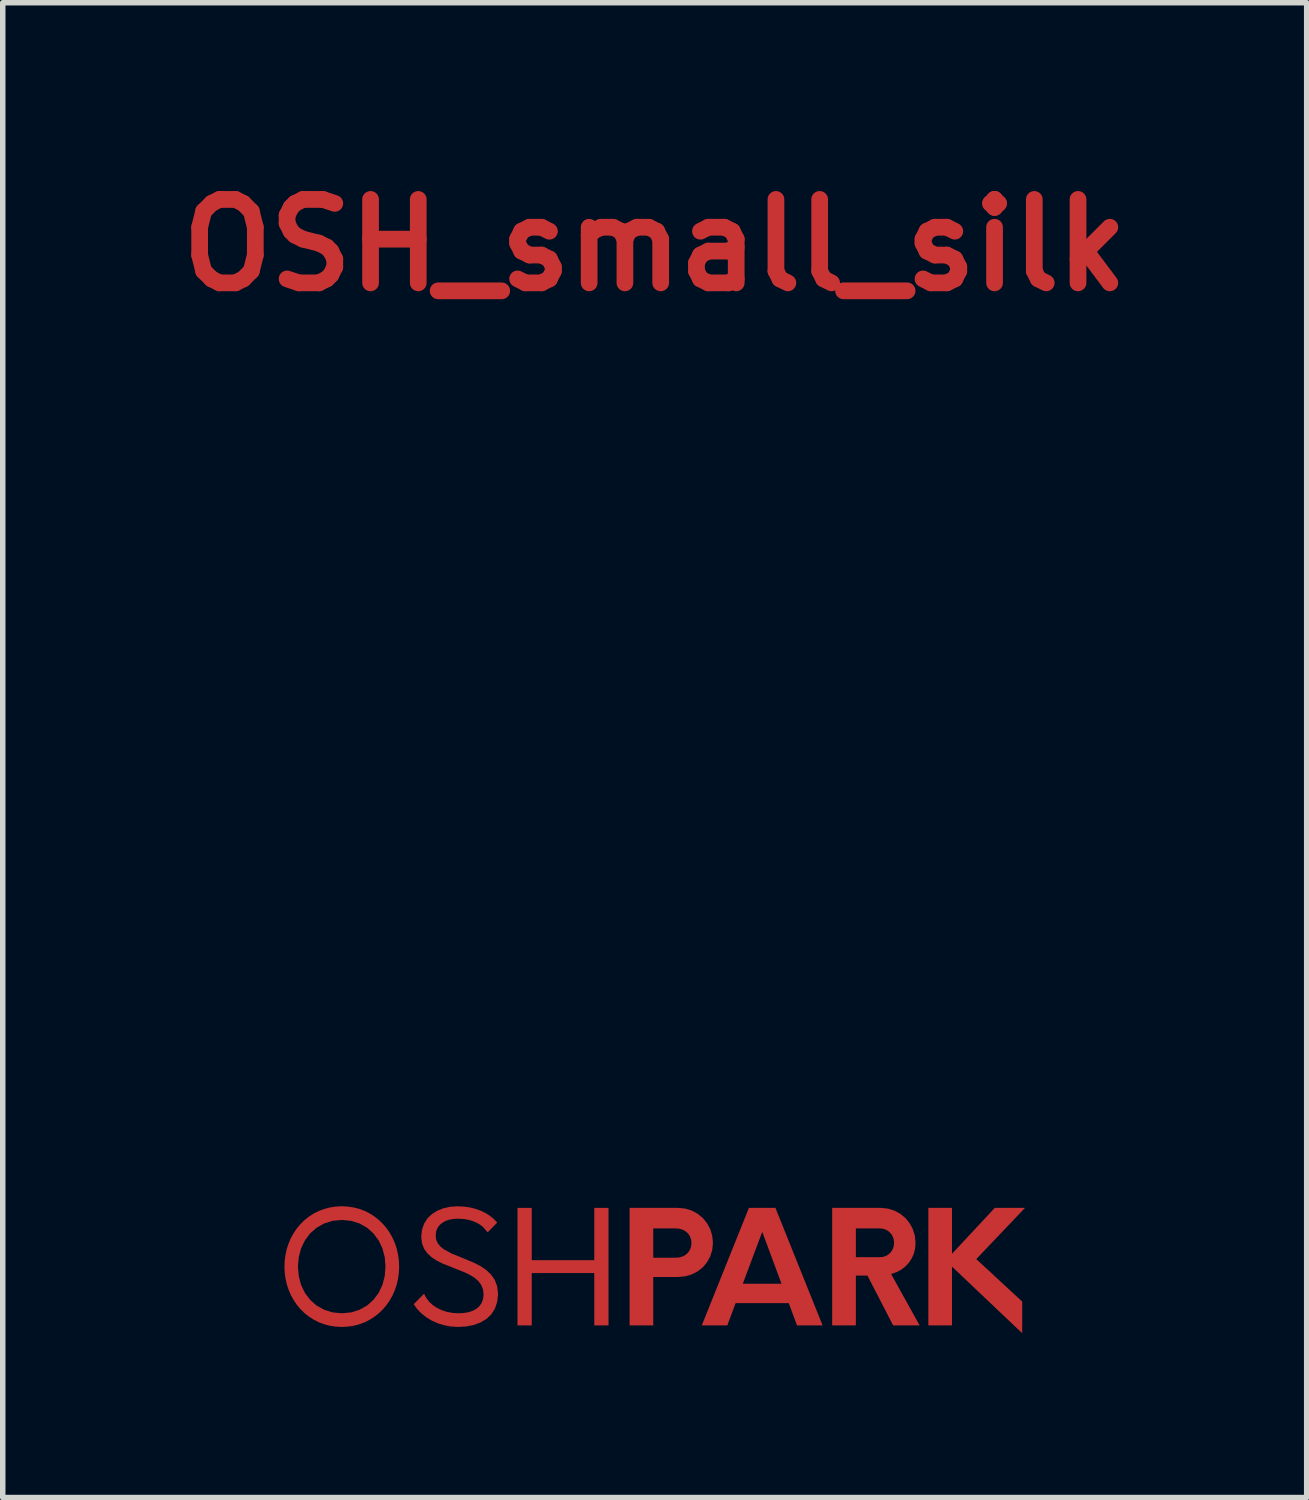
<source format=kicad_pcb>
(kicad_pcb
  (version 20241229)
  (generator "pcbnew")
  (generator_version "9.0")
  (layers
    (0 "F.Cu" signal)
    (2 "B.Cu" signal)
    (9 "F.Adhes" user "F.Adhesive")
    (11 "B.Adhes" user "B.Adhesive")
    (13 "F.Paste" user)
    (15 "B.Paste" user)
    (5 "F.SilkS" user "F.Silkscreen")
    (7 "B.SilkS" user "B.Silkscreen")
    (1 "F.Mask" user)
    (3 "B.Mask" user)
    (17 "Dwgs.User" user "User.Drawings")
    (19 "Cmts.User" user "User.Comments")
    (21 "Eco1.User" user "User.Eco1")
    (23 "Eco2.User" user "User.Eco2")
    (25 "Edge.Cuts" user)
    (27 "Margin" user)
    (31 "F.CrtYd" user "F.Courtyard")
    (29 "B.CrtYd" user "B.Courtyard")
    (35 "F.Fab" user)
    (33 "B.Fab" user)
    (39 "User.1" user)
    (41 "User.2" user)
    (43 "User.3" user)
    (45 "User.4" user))
  (footprint "OSH_small_silk"
    (layer "F.Cu")
    (at 8.905 12.884)
    (property "Reference" "OSH_small_silk" (at 0 -11.458 0) (layer "F.Cu") (effects (font (size 1.524 1.524) (thickness 0.305))))
    (attr smd)
    (fp_poly (pts (xy 6.761 6.121) (xy 6.209 6.121) (xy 5.428 6.959) (xy 5.428 6.121) (xy 4.996 6.121) (xy 4.996 8.267) (xy 5.428 8.267) (xy 5.428 7.194) (xy 6.71 8.41) (xy 6.71 7.832) (xy 5.871 7.056) (xy 6.761 6.121)) (stroke (width 0) (type solid)) (fill yes) (layer "F.Cu"))
    (fp_poly (pts (xy -1.104 6.121) (xy -1.104 7.076) (xy -2.246 7.076) (xy -2.246 6.121) (xy -2.506 6.121) (xy -2.506 8.267) (xy -2.246 8.267) (xy -2.246 7.311) (xy -1.104 7.311) (xy -1.104 8.267) (xy -0.844 8.267) (xy -0.844 6.121) (xy -1.104 6.121)) (stroke (width 0) (type solid)) (fill yes) (layer "F.Cu"))
    (fp_poly (pts (xy 2.598 8.267) (xy 1.963 6.558) (xy 2.315 7.506) (xy 1.608 7.506) (xy 1.963 6.558) (xy 2.598 8.267) (xy 3.065 8.267) (xy 2.204 6.121) (xy 1.72 6.121) (xy 0.859 8.267) (xy 1.325 8.267) (xy 1.477 7.86) (xy 2.447 7.86) (xy 2.598 8.267)) (stroke (width 0) (type solid)) (fill yes) (layer "F.Cu"))
    (fp_poly (pts (xy 0.428 6.121) (xy -0.027 6.496) (xy 0.388 6.496) (xy 0.445 6.501) (xy 0.499 6.515) (xy 0.547 6.538) (xy 0.589 6.57) (xy 0.623 6.608) (xy 0.649 6.654) (xy 0.665 6.705) (xy 0.671 6.762) (xy 0.665 6.82) (xy 0.649 6.873) (xy 0.623 6.919) (xy 0.589 6.957) (xy 0.547 6.989) (xy 0.499 7.012) (xy 0.445 7.026) (xy 0.388 7.031) (xy 0.388 7.031) (xy -0.027 7.031) (xy -0.027 6.496) (xy 0.428 6.121) (xy -0.459 6.121) (xy -0.459 8.267) (xy -0.027 8.267) (xy -0.027 7.383) (xy 0.428 7.383) (xy 0.558 7.37) (xy 0.678 7.335) (xy 0.786 7.279) (xy 0.88 7.204) (xy 0.956 7.112) (xy 1.014 7.006) (xy 1.05 6.888) (xy 1.063 6.759) (xy 1.05 6.63) (xy 1.014 6.511) (xy 0.956 6.402) (xy 0.88 6.308) (xy 0.786 6.23) (xy 0.678 6.171) (xy 0.558 6.134) (xy 0.428 6.121) (xy 0.428 6.121)) (stroke (width 0) (type solid)) (fill yes) (layer "F.Cu"))
    (fp_poly (pts (xy 4.317 7.328) (xy 4.11 7.022) (xy 3.672 7.022) (xy 3.672 6.496) (xy 4.11 6.496) (xy 4.163 6.501) (xy 4.212 6.516) (xy 4.257 6.54) (xy 4.295 6.571) (xy 4.327 6.61) (xy 4.35 6.655) (xy 4.365 6.705) (xy 4.37 6.759) (xy 4.365 6.813) (xy 4.351 6.863) (xy 4.327 6.907) (xy 4.296 6.946) (xy 4.258 6.978) (xy 4.214 7.002) (xy 4.164 7.017) (xy 4.11 7.022) (xy 4.11 7.022) (xy 4.317 7.328) (xy 4.41 7.297) (xy 4.496 7.252) (xy 4.572 7.195) (xy 4.637 7.127) (xy 4.69 7.048) (xy 4.73 6.961) (xy 4.754 6.865) (xy 4.762 6.762) (xy 4.75 6.632) (xy 4.713 6.511) (xy 4.655 6.402) (xy 4.578 6.307) (xy 4.484 6.229) (xy 4.376 6.171) (xy 4.256 6.134) (xy 4.127 6.121) (xy 3.24 6.121) (xy 3.24 8.267) (xy 3.672 8.267) (xy 3.672 7.357) (xy 3.884 7.357) (xy 4.353 8.267) (xy 4.837 8.267) (xy 4.316 7.328) (xy 4.317 7.328)) (stroke (width 0) (type solid)) (fill yes) (layer "F.Cu"))
    (fp_poly (pts (xy -3.591 8.295) (xy -3.442 8.286) (xy -3.304 8.259) (xy -3.18 8.213) (xy -3.072 8.148) (xy -2.984 8.064) (xy -2.918 7.96) (xy -2.876 7.836) (xy -2.861 7.692) (xy -2.877 7.552) (xy -2.921 7.435) (xy -2.99 7.337) (xy -3.078 7.254) (xy -3.18 7.185) (xy -3.292 7.127) (xy -3.528 7.028) (xy -3.707 6.956) (xy -3.857 6.873) (xy -3.916 6.824) (xy -3.961 6.768) (xy -3.99 6.704) (xy -4 6.63) (xy -3.992 6.555) (xy -3.968 6.491) (xy -3.93 6.437) (xy -3.88 6.394) (xy -3.82 6.36) (xy -3.752 6.337) (xy -3.677 6.323) (xy -3.597 6.318) (xy -3.501 6.323) (xy -3.413 6.336) (xy -3.333 6.358) (xy -3.26 6.388) (xy -3.196 6.424) (xy -3.139 6.466) (xy -3.05 6.567) (xy -2.876 6.389) (xy -2.935 6.327) (xy -3.003 6.271) (xy -3.081 6.22) (xy -3.169 6.176) (xy -3.265 6.141) (xy -3.369 6.114) (xy -3.482 6.098) (xy -3.603 6.092) (xy -3.735 6.101) (xy -3.858 6.128) (xy -3.97 6.172) (xy -4.069 6.234) (xy -4.15 6.313) (xy -4.211 6.409) (xy -4.25 6.521) (xy -4.264 6.649) (xy -4.25 6.769) (xy -4.21 6.87) (xy -4.149 6.954) (xy -4.071 7.025) (xy -3.978 7.085) (xy -3.875 7.137) (xy -3.654 7.225) (xy -3.457 7.304) (xy -3.367 7.349) (xy -3.287 7.4) (xy -3.22 7.459) (xy -3.168 7.528) (xy -3.136 7.609) (xy -3.125 7.705) (xy -3.135 7.789) (xy -3.162 7.86) (xy -3.204 7.919) (xy -3.259 7.966) (xy -3.327 8.002) (xy -3.404 8.027) (xy -3.49 8.041) (xy -3.583 8.046) (xy -3.691 8.039) (xy -3.793 8.02) (xy -3.889 7.989) (xy -3.976 7.947) (xy -4.053 7.896) (xy -4.119 7.835) (xy -4.172 7.765) (xy -4.212 7.688) (xy -4.401 7.88) (xy -4.338 7.968) (xy -4.261 8.047) (xy -4.172 8.118) (xy -4.072 8.179) (xy -3.963 8.228) (xy -3.845 8.264) (xy -3.721 8.287) (xy -3.591 8.295) (xy -3.591 8.295)) (stroke (width 0) (type solid)) (fill yes) (layer "F.Cu"))
    (fp_poly (pts (xy -5.714 8.295) (xy -5.714 8.046) (xy -5.885 8.029) (xy -6.039 7.98) (xy -6.176 7.903) (xy -6.293 7.799) (xy -6.387 7.674) (xy -6.457 7.529) (xy -6.5 7.368) (xy -6.515 7.194) (xy -6.5 7.02) (xy -6.457 6.859) (xy -6.387 6.714) (xy -6.293 6.588) (xy -6.176 6.485) (xy -6.039 6.407) (xy -5.885 6.358) (xy -5.714 6.341) (xy -5.542 6.358) (xy -5.388 6.407) (xy -5.251 6.485) (xy -5.136 6.588) (xy -5.042 6.714) (xy -4.973 6.859) (xy -4.93 7.02) (xy -4.916 7.194) (xy -4.93 7.368) (xy -4.973 7.529) (xy -5.042 7.674) (xy -5.136 7.799) (xy -5.251 7.903) (xy -5.388 7.98) (xy -5.542 8.029) (xy -5.714 8.046) (xy -5.714 8.295) (xy -5.602 8.289) (xy -5.495 8.273) (xy -5.392 8.246) (xy -5.294 8.209) (xy -5.202 8.162) (xy -5.116 8.107) (xy -5.036 8.044) (xy -4.963 7.973) (xy -4.897 7.895) (xy -4.838 7.81) (xy -4.787 7.719) (xy -4.745 7.623) (xy -4.711 7.521) (xy -4.687 7.416) (xy -4.672 7.306) (xy -4.667 7.193) (xy -4.672 7.081) (xy -4.687 6.971) (xy -4.711 6.865) (xy -4.745 6.764) (xy -4.787 6.668) (xy -4.838 6.577) (xy -4.897 6.492) (xy -4.963 6.414) (xy -5.036 6.343) (xy -5.116 6.28) (xy -5.202 6.224) (xy -5.294 6.178) (xy -5.392 6.141) (xy -5.495 6.114) (xy -5.602 6.097) (xy -5.714 6.091) (xy -5.826 6.097) (xy -5.934 6.114) (xy -6.037 6.141) (xy -6.135 6.178) (xy -6.227 6.224) (xy -6.313 6.28) (xy -6.393 6.343) (xy -6.466 6.414) (xy -6.532 6.492) (xy -6.59 6.577) (xy -6.641 6.668) (xy -6.683 6.764) (xy -6.717 6.865) (xy -6.741 6.971) (xy -6.756 7.081) (xy -6.761 7.193) (xy -6.756 7.306) (xy -6.741 7.416) (xy -6.717 7.521) (xy -6.683 7.623) (xy -6.641 7.719) (xy -6.59 7.81) (xy -6.532 7.895) (xy -6.466 7.973) (xy -6.393 8.044) (xy -6.313 8.107) (xy -6.227 8.162) (xy -6.135 8.209) (xy -6.037 8.246) (xy -5.934 8.273) (xy -5.826 8.289) (xy -5.714 8.295)) (stroke (width 0) (type solid)) (fill yes) (layer "F.Cu"))
    (fp_poly (pts (xy 0.001 -8.41) (xy 0.00043 -3.623) (xy 0.213 -3.612) (xy 0.42 -3.581) (xy 0.619 -3.53) (xy 0.81 -3.46) (xy 0.992 -3.372) (xy 1.164 -3.268) (xy 1.324 -3.148) (xy 1.472 -3.014) (xy 1.606 -2.866) (xy 1.726 -2.706) (xy 1.83 -2.534) (xy 1.918 -2.352) (xy 1.988 -2.161) (xy 2.039 -1.962) (xy 2.07 -1.755) (xy 2.081 -1.542) (xy 2.07 -1.329) (xy 2.039 -1.123) (xy 1.988 -0.923) (xy 1.918 -0.732) (xy 1.83 -0.55) (xy 1.726 -0.378) (xy 1.606 -0.218) (xy 1.472 -0.07) (xy 1.324 0.064) (xy 1.164 0.184) (xy 0.992 0.288) (xy 0.81 0.376) (xy 0.619 0.446) (xy 0.42 0.497) (xy 0.213 0.529) (xy 0.00043 0.539) (xy -0.212 0.529) (xy -0.419 0.497) (xy -0.618 0.446) (xy -0.81 0.376) (xy -0.991 0.288) (xy -1.163 0.184) (xy -1.323 0.064) (xy -1.471 -0.07) (xy -1.605 -0.218) (xy -1.725 -0.378) (xy -1.829 -0.55) (xy -1.917 -0.732) (xy -1.987 -0.923) (xy -2.038 -1.123) (xy -2.07 -1.329) (xy -2.08 -1.542) (xy -2.07 -1.755) (xy -2.038 -1.962) (xy -1.987 -2.161) (xy -1.917 -2.352) (xy -1.829 -2.534) (xy -1.725 -2.706) (xy -1.605 -2.866) (xy -1.471 -3.014) (xy -1.323 -3.148) (xy -1.163 -3.268) (xy -0.991 -3.372) (xy -0.81 -3.46) (xy -0.618 -3.53) (xy -0.419 -3.581) (xy -0.212 -3.612) (xy 0.00043 -3.623) (xy 0.001 -8.41) (xy -0.141 -8.394) (xy -0.267 -8.349) (xy -0.378 -8.28) (xy -0.474 -8.188) (xy -0.556 -8.079) (xy -0.625 -7.956) (xy -0.682 -7.822) (xy -0.728 -7.682) (xy -1.049 -6.463) (xy -1.303 -6.403) (xy -1.553 -6.331) (xy -2.438 -7.224) (xy -2.554 -7.326) (xy -2.673 -7.414) (xy -2.795 -7.487) (xy -2.92 -7.54) (xy -3.046 -7.57) (xy -3.174 -7.574) (xy -3.303 -7.548) (xy -3.434 -7.49) (xy -3.549 -7.405) (xy -3.636 -7.303) (xy -3.697 -7.188) (xy -3.734 -7.061) (xy -3.751 -6.925) (xy -3.749 -6.784) (xy -3.731 -6.639) (xy -3.7 -6.495) (xy -3.369 -5.282) (xy -3.559 -5.102) (xy -3.739 -4.913) (xy -4.952 -5.243) (xy -5.103 -5.273) (xy -5.251 -5.291) (xy -5.393 -5.293) (xy -5.527 -5.277) (xy -5.651 -5.239) (xy -5.764 -5.179) (xy -5.863 -5.092) (xy -5.947 -4.977) (xy -6.005 -4.845) (xy -6.029 -4.714) (xy -6.024 -4.583) (xy -5.993 -4.454) (xy -5.939 -4.329) (xy -5.867 -4.207) (xy -5.78 -4.091) (xy -5.68 -3.981) (xy -4.788 -3.097) (xy -4.862 -2.847) (xy -4.924 -2.591) (xy -6.139 -2.271) (xy -6.286 -2.222) (xy -6.422 -2.163) (xy -6.546 -2.094) (xy -6.654 -2.013) (xy -6.743 -1.918) (xy -6.81 -1.809) (xy -6.852 -1.685) (xy -6.867 -1.543) (xy -6.852 -1.401) (xy -6.807 -1.275) (xy -6.737 -1.164) (xy -6.646 -1.068) (xy -6.537 -0.986) (xy -6.413 -0.917) (xy -6.28 -0.86) (xy -6.139 -0.814) (xy -4.924 -0.494) (xy -4.862 -0.239) (xy -4.788 0.011) (xy -5.68 0.896) (xy -5.783 1.012) (xy -5.872 1.131) (xy -5.944 1.253) (xy -5.997 1.377) (xy -6.027 1.503) (xy -6.031 1.631) (xy -6.006 1.761) (xy -5.947 1.891) (xy -5.863 2.007) (xy -5.761 2.093) (xy -5.645 2.154) (xy -5.518 2.192) (xy -5.382 2.208) (xy -5.241 2.206) (xy -5.096 2.188) (xy -4.952 2.158) (xy -3.739 1.826) (xy -3.559 2.016) (xy -3.369 2.196) (xy -3.7 3.409) (xy -3.731 3.561) (xy -3.749 3.708) (xy -3.751 3.85) (xy -3.734 3.984) (xy -3.697 4.109) (xy -3.636 4.221) (xy -3.55 4.32) (xy -3.434 4.404) (xy -3.303 4.462) (xy -3.171 4.486) (xy -3.041 4.481) (xy -2.912 4.45) (xy -2.786 4.397) (xy -2.665 4.324) (xy -2.549 4.237) (xy -2.439 4.138) (xy -1.554 3.245) (xy -1.304 3.319) (xy -1.049 3.381) (xy -0.729 4.596) (xy -0.679 4.742) (xy -0.621 4.879) (xy -0.551 5.002) (xy -0.47 5.11) (xy -0.376 5.199) (xy -0.267 5.266) (xy -0.142 5.309) (xy 0.0001 5.324) (xy 0.142 5.308) (xy 0.268 5.263) (xy 0.379 5.194) (xy 0.474 5.103) (xy 0.557 4.993) (xy 0.626 4.87) (xy 0.683 4.737) (xy 0.728 4.596) (xy 1.048 3.381) (xy 1.303 3.319) (xy 1.554 3.245) (xy 2.439 4.138) (xy 2.554 4.24) (xy 2.673 4.329) (xy 2.795 4.402) (xy 2.92 4.455) (xy 3.046 4.485) (xy 3.174 4.489) (xy 3.303 4.463) (xy 3.434 4.405) (xy 3.549 4.32) (xy 3.636 4.218) (xy 3.697 4.103) (xy 3.734 3.976) (xy 3.751 3.84) (xy 3.749 3.699) (xy 3.731 3.554) (xy 3.701 3.41) (xy 3.369 2.197) (xy 3.559 2.016) (xy 3.738 1.827) (xy 4.952 2.158) (xy 5.103 2.189) (xy 5.251 2.206) (xy 5.393 2.208) (xy 5.527 2.191) (xy 5.651 2.154) (xy 5.764 2.093) (xy 5.863 2.007) (xy 5.947 1.891) (xy 6.005 1.76) (xy 6.029 1.628) (xy 6.024 1.498) (xy 5.993 1.369) (xy 5.939 1.244) (xy 5.867 1.122) (xy 5.779 1.006) (xy 5.68 0.896) (xy 4.788 0.011) (xy 4.862 -0.239) (xy 4.923 -0.494) (xy 6.139 -0.814) (xy 6.285 -0.863) (xy 6.422 -0.922) (xy 6.546 -0.991) (xy 6.653 -1.073) (xy 6.743 -1.167) (xy 6.81 -1.276) (xy 6.852 -1.401) (xy 6.867 -1.543) (xy 6.852 -1.685) (xy 6.808 -1.81) (xy 6.738 -1.921) (xy 6.647 -2.017) (xy 6.538 -2.099) (xy 6.415 -2.168) (xy 6.281 -2.225) (xy 6.14 -2.27) (xy 4.925 -2.59) (xy 4.864 -2.846) (xy 4.789 -3.096) (xy 5.682 -3.981) (xy 5.784 -4.097) (xy 5.873 -4.216) (xy 5.945 -4.337) (xy 5.998 -4.462) (xy 6.028 -4.588) (xy 6.032 -4.716) (xy 6.007 -4.846) (xy 5.948 -4.976) (xy 5.864 -5.091) (xy 5.762 -5.178) (xy 5.646 -5.239) (xy 5.519 -5.276) (xy 5.384 -5.293) (xy 5.242 -5.291) (xy 5.098 -5.273) (xy 4.953 -5.242) (xy 3.74 -4.912) (xy 3.56 -5.101) (xy 3.371 -5.281) (xy 3.702 -6.494) (xy 3.733 -6.645) (xy 3.75 -6.793) (xy 3.752 -6.935) (xy 3.736 -7.069) (xy 3.698 -7.193) (xy 3.638 -7.306) (xy 3.551 -7.406) (xy 3.435 -7.49) (xy 3.304 -7.547) (xy 3.173 -7.571) (xy 3.042 -7.566) (xy 2.913 -7.535) (xy 2.788 -7.481) (xy 2.666 -7.409) (xy 2.55 -7.322) (xy 2.44 -7.223) (xy 1.555 -6.33) (xy 1.306 -6.403) (xy 1.051 -6.462) (xy 0.73 -7.681) (xy 0.681 -7.828) (xy 0.622 -7.965) (xy 0.552 -8.088) (xy 0.471 -8.196) (xy 0.377 -8.285) (xy 0.268 -8.353) (xy 0.143 -8.395) (xy 0.001 -8.41) (xy 0.001 -8.41)) (stroke (width 0.074) (type solid)) (fill yes) (layer "F.Mask")))
  (gr_rect
    (start -3 -3)
    (end 20.809 24.294)
    (stroke (width 0.1) (type default))
    (fill no)
    (layer "Edge.Cuts")))
</source>
